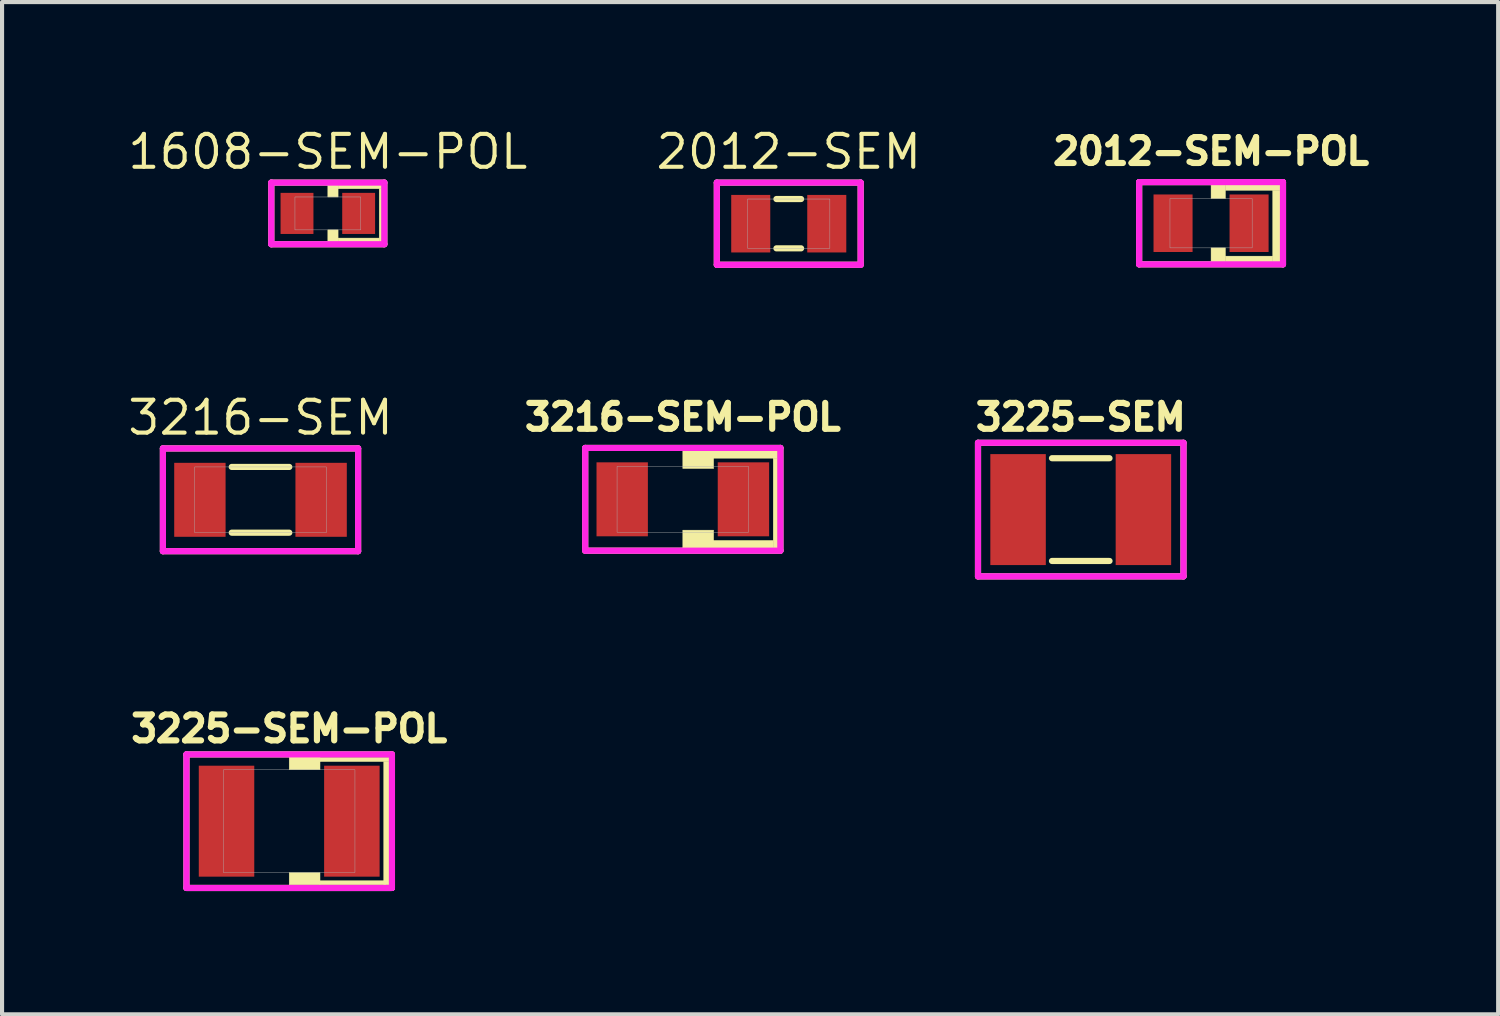
<source format=kicad_pcb>
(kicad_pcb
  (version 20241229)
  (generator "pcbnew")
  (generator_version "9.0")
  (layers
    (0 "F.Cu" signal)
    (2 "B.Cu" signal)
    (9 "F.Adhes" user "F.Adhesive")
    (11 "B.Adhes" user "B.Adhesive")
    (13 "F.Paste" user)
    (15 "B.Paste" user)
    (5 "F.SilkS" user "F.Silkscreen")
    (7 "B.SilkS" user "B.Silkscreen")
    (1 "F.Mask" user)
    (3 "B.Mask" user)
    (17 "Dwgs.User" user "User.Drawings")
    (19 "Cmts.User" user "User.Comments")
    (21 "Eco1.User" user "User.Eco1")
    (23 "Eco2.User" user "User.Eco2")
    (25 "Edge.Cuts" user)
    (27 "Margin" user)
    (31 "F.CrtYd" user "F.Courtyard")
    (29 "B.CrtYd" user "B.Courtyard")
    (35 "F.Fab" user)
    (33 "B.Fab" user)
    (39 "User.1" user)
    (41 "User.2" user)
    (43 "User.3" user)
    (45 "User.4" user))
  (footprint "3225-SEM"
    (layer "F.Cu")
    (at 23.248 9.35)
    (property "Reference" "3225-SEM" (at 0 -2.25 0) (layer "F.SilkS") (effects (font (size 0.63 0.63) (thickness 0.15))))
    (attr smd)
    (fp_line (start -2.5 -1.625) (end -2.5 1.625) (stroke (width 0.15) (type solid)) (layer "F.SilkS"))
    (fp_line (start -2.5 1.625) (end 2.5 1.625) (stroke (width 0.15) (type solid)) (layer "F.SilkS"))
    (fp_line (start -0.7 -1.25) (end 0.7 -1.25) (stroke (width 0.15) (type solid)) (layer "F.SilkS"))
    (fp_line (start -0.7 1.25) (end 0.7 1.25) (stroke (width 0.15) (type solid)) (layer "F.SilkS"))
    (fp_line (start 2.5 -1.625) (end -2.5 -1.625) (stroke (width 0.15) (type solid)) (layer "F.SilkS"))
    (fp_line (start 2.5 1.625) (end 2.5 -1.625) (stroke (width 0.15) (type solid)) (layer "F.SilkS"))
    (fp_line (start -2.5 -1.625) (end -2.5 1.625) (stroke (width 0.15) (type solid)) (layer "F.CrtYd"))
    (fp_line (start -2.5 1.625) (end 2.5 1.625) (stroke (width 0.15) (type solid)) (layer "F.CrtYd"))
    (fp_line (start 2.5 -1.625) (end -2.5 -1.625) (stroke (width 0.15) (type solid)) (layer "F.CrtYd"))
    (fp_line (start 2.5 1.625) (end 2.5 -1.625) (stroke (width 0.15) (type solid)) (layer "F.CrtYd"))
    (pad "1" smd rect (at -1.525 0) (size 1.35 2.7) (layers "F.Cu" "F.Mask" "F.Paste"))
    (pad "2" smd rect (at 1.525 0) (size 1.35 2.7) (layers "F.Cu" "F.Mask" "F.Paste")))
  (footprint "2012-SEM-POL"
    (layer "F.Cu")
    (at 26.419 2.382)
    (property "Reference" "2012-SEM-POL" (at 0 -1.75 0) (layer "F.SilkS") (effects (font (size 0.63 0.63) (thickness 0.15))))
    (attr smd)
    (fp_line (start -1.75 -1) (end -1.75 1) (stroke (width 0.15) (type solid)) (layer "F.SilkS"))
    (fp_line (start -1.75 1) (end 1.75 1) (stroke (width 0.15) (type solid)) (layer "F.SilkS"))
    (fp_line (start 1.75 -1) (end -1.75 -1) (stroke (width 0.15) (type solid)) (layer "F.SilkS"))
    (fp_line (start 1.75 1) (end 1.75 -1) (stroke (width 0.15) (type solid)) (layer "F.SilkS"))
    (fp_poly (pts (xy 0 -0.95) (xy 0.35 -0.95) (xy 0.35 -0.6) (xy 0 -0.6)) (stroke (width 0.01) (type solid)) (fill yes) (layer "F.SilkS"))
    (fp_poly (pts (xy 0 0.6) (xy 0.35 0.6) (xy 0.35 0.95) (xy 0 0.95)) (stroke (width 0.01) (type solid)) (fill yes) (layer "F.SilkS"))
    (fp_poly (pts (xy 0.35 -0.95) (xy 1.7 -0.95) (xy 1.7 -0.8) (xy 0.35 -0.8)) (stroke (width 0.01) (type solid)) (fill yes) (layer "F.SilkS"))
    (fp_poly (pts (xy 0.35 0.8) (xy 1.5 0.8) (xy 1.5 0.95) (xy 0.35 0.95)) (stroke (width 0.01) (type solid)) (fill yes) (layer "F.SilkS"))
    (fp_poly (pts (xy 1.5 -0.8) (xy 1.7 -0.8) (xy 1.7 0.95) (xy 1.5 0.95)) (stroke (width 0.01) (type solid)) (fill yes) (layer "F.SilkS"))
    (fp_line (start -1.75 -1) (end -1.75 1) (stroke (width 0.15) (type solid)) (layer "F.CrtYd"))
    (fp_line (start -1.75 1) (end 1.75 1) (stroke (width 0.15) (type solid)) (layer "F.CrtYd"))
    (fp_line (start 1.75 -1) (end -1.75 -1) (stroke (width 0.15) (type solid)) (layer "F.CrtYd"))
    (fp_line (start 1.75 1) (end 1.75 -1) (stroke (width 0.15) (type solid)) (layer "F.CrtYd"))
    (fp_poly (pts (xy -1 -0.6) (xy 1 -0.6) (xy 1 0.6) (xy -1 0.6)) (stroke (width 0.01) (type solid)) (fill no) (layer "F.Fab"))
    (pad "1" smd rect (at -0.925 0) (size 0.95 1.4) (layers "F.Cu" "F.Mask" "F.Paste"))
    (pad "2" smd rect (at 0.925 0) (size 0.95 1.4) (layers "F.Cu" "F.Mask" "F.Paste")))
  (footprint "2012-SEM"
    (layer "F.Cu")
    (at 16.143 2.393)
    (property "Reference" "2012-SEM" (at 0 -1.75 0) (layer "F.SilkS") (effects (font (size 0.8 0.8) (thickness 0.1))))
    (attr smd)
    (fp_line (start -1.75 -1) (end -1.75 1) (stroke (width 0.15) (type solid)) (layer "F.SilkS"))
    (fp_line (start -1.75 1) (end 1.75 1) (stroke (width 0.15) (type solid)) (layer "F.SilkS"))
    (fp_line (start -0.3 -0.6) (end 0.3 -0.6) (stroke (width 0.15) (type solid)) (layer "F.SilkS"))
    (fp_line (start -0.3 0.6) (end 0.3 0.6) (stroke (width 0.15) (type solid)) (layer "F.SilkS"))
    (fp_line (start 1.75 -1) (end -1.75 -1) (stroke (width 0.15) (type solid)) (layer "F.SilkS"))
    (fp_line (start 1.75 1) (end 1.75 -1) (stroke (width 0.15) (type solid)) (layer "F.SilkS"))
    (fp_line (start -1.75 -1) (end -1.75 1) (stroke (width 0.15) (type solid)) (layer "F.CrtYd"))
    (fp_line (start -1.75 1) (end 1.75 1) (stroke (width 0.15) (type solid)) (layer "F.CrtYd"))
    (fp_line (start 1.75 -1) (end -1.75 -1) (stroke (width 0.15) (type solid)) (layer "F.CrtYd"))
    (fp_line (start 1.75 1) (end 1.75 -1) (stroke (width 0.15) (type solid)) (layer "F.CrtYd"))
    (fp_poly (pts (xy -1 -0.6) (xy 1 -0.6) (xy 1 0.6) (xy -1 0.6)) (stroke (width 0.01) (type solid)) (fill no) (layer "F.Fab"))
    (pad "1" smd rect (at -0.925 0) (size 0.95 1.4) (layers "F.Cu" "F.Mask" "F.Paste"))
    (pad "2" smd rect (at 0.925 0) (size 0.95 1.4) (layers "F.Cu" "F.Mask" "F.Paste")))
  (footprint "3216-SEM-POL"
    (layer "F.Cu")
    (at 13.565 9.1)
    (property "Reference" "3216-SEM-POL" (at 0 -2 0) (layer "F.SilkS") (effects (font (size 0.63 0.63) (thickness 0.15))))
    (attr smd)
    (fp_line (start -2.375 -1.25) (end -2.375 1.25) (stroke (width 0.15) (type solid)) (layer "F.SilkS"))
    (fp_line (start -2.375 1.25) (end 2.375 1.25) (stroke (width 0.15) (type solid)) (layer "F.SilkS"))
    (fp_line (start 2.375 -1.25) (end -2.375 -1.25) (stroke (width 0.15) (type solid)) (layer "F.SilkS"))
    (fp_line (start 2.375 1.25) (end 2.375 -1.25) (stroke (width 0.15) (type solid)) (layer "F.SilkS"))
    (fp_poly (pts (xy 0 -1.25) (xy 0.75 -1.25) (xy 0.75 -0.75) (xy 0 -0.75)) (stroke (width 0.01) (type solid)) (fill yes) (layer "F.SilkS"))
    (fp_poly (pts (xy 0 0.75) (xy 0.75 0.75) (xy 0.75 1.25) (xy 0 1.25)) (stroke (width 0.01) (type solid)) (fill yes) (layer "F.SilkS"))
    (fp_poly (pts (xy 0.7 -1.2) (xy 2.3 -1.2) (xy 2.3 -1) (xy 0.7 -1)) (stroke (width 0.01) (type solid)) (fill yes) (layer "F.SilkS"))
    (fp_poly (pts (xy 0.7 1) (xy 2.2 1) (xy 2.2 1.2) (xy 0.7 1.2)) (stroke (width 0.01) (type solid)) (fill yes) (layer "F.SilkS"))
    (fp_poly (pts (xy 2.2 -1) (xy 2.3 -1) (xy 2.3 1.2) (xy 2.2 1.2)) (stroke (width 0.01) (type solid)) (fill yes) (layer "F.SilkS"))
    (fp_line (start -2.375 -1.25) (end -2.375 1.25) (stroke (width 0.15) (type solid)) (layer "F.CrtYd"))
    (fp_line (start -2.375 1.25) (end 2.375 1.25) (stroke (width 0.15) (type solid)) (layer "F.CrtYd"))
    (fp_line (start 2.375 -1.25) (end -2.375 -1.25) (stroke (width 0.15) (type solid)) (layer "F.CrtYd"))
    (fp_line (start 2.375 1.25) (end 2.375 -1.25) (stroke (width 0.15) (type solid)) (layer "F.CrtYd"))
    (fp_poly (pts (xy -1.6 -0.8) (xy 1.6 -0.8) (xy 1.6 0.8) (xy -1.6 0.8)) (stroke (width 0.01) (type solid)) (fill no) (layer "F.Fab"))
    (pad "1" smd rect (at -1.475 0) (size 1.25 1.8) (layers "F.Cu" "F.Mask" "F.Paste"))
    (pad "2" smd rect (at 1.475 0) (size 1.25 1.8) (layers "F.Cu" "F.Mask" "F.Paste")))
  (footprint "3225-SEM-POL"
    (layer "F.Cu")
    (at 3.987 16.932)
    (property "Reference" "3225-SEM-POL" (at 0 -2.25 0) (layer "F.SilkS") (effects (font (size 0.63 0.63) (thickness 0.15))))
    (attr smd)
    (fp_line (start -2.5 -1.625) (end -2.5 1.625) (stroke (width 0.15) (type solid)) (layer "F.SilkS"))
    (fp_line (start -2.5 1.625) (end 2.5 1.625) (stroke (width 0.15) (type solid)) (layer "F.SilkS"))
    (fp_line (start 2.5 -1.625) (end -2.5 -1.625) (stroke (width 0.15) (type solid)) (layer "F.SilkS"))
    (fp_line (start 2.5 1.625) (end 2.5 -1.625) (stroke (width 0.15) (type solid)) (layer "F.SilkS"))
    (fp_poly (pts (xy 0 -1.6) (xy 0.75 -1.6) (xy 0.75 -1.25) (xy 0 -1.25)) (stroke (width 0.01) (type solid)) (fill yes) (layer "F.SilkS"))
    (fp_poly (pts (xy 0 1.25) (xy 0.75 1.25) (xy 0.75 1.55) (xy 0 1.55)) (stroke (width 0.01) (type solid)) (fill yes) (layer "F.SilkS"))
    (fp_poly (pts (xy 0.75 -1.55) (xy 2.45 -1.55) (xy 2.45 -1.45) (xy 0.75 -1.45)) (stroke (width 0.01) (type solid)) (fill yes) (layer "F.SilkS"))
    (fp_poly (pts (xy 0.75 1.45) (xy 2.35 1.45) (xy 2.35 1.55) (xy 0.75 1.55)) (stroke (width 0.01) (type solid)) (fill yes) (layer "F.SilkS"))
    (fp_poly (pts (xy 2.3 -1.45) (xy 2.45 -1.45) (xy 2.45 1.55) (xy 2.3 1.55)) (stroke (width 0.01) (type solid)) (fill yes) (layer "F.SilkS"))
    (fp_line (start -2.5 -1.625) (end -2.5 1.625) (stroke (width 0.15) (type solid)) (layer "F.CrtYd"))
    (fp_line (start -2.5 1.625) (end 2.5 1.625) (stroke (width 0.15) (type solid)) (layer "F.CrtYd"))
    (fp_line (start 2.5 -1.625) (end -2.5 -1.625) (stroke (width 0.15) (type solid)) (layer "F.CrtYd"))
    (fp_line (start 2.5 1.625) (end 2.5 -1.625) (stroke (width 0.15) (type solid)) (layer "F.CrtYd"))
    (fp_rect (start -1.6 -1.25) (end 1.6 1.25) (stroke (width 0.01) (type solid)) (fill no) (layer "F.Fab"))
    (pad "1" smd rect (at -1.525 0) (size 1.35 2.7) (layers "F.Cu" "F.Mask" "F.Paste"))
    (pad "2" smd rect (at 1.525 0) (size 1.35 2.7) (layers "F.Cu" "F.Mask" "F.Paste")))
  (footprint "3216-SEM"
    (layer "F.Cu")
    (at 3.289 9.112)
    (property "Reference" "3216-SEM" (at 0 -2 0) (layer "F.SilkS") (effects (font (size 0.8 0.8) (thickness 0.1))))
    (attr smd)
    (fp_line (start -2.375 -1.25) (end -2.375 1.25) (stroke (width 0.15) (type solid)) (layer "F.SilkS"))
    (fp_line (start -2.375 1.25) (end 2.375 1.25) (stroke (width 0.15) (type solid)) (layer "F.SilkS"))
    (fp_line (start -0.7 -0.8) (end 0.7 -0.8) (stroke (width 0.15) (type solid)) (layer "F.SilkS"))
    (fp_line (start -0.7 0.8) (end 0.7 0.8) (stroke (width 0.15) (type solid)) (layer "F.SilkS"))
    (fp_line (start 2.375 -1.25) (end -2.375 -1.25) (stroke (width 0.15) (type solid)) (layer "F.SilkS"))
    (fp_line (start 2.375 1.25) (end 2.375 -1.25) (stroke (width 0.15) (type solid)) (layer "F.SilkS"))
    (fp_line (start -2.375 -1.25) (end -2.375 1.25) (stroke (width 0.15) (type solid)) (layer "F.CrtYd"))
    (fp_line (start -2.375 1.25) (end 2.375 1.25) (stroke (width 0.15) (type solid)) (layer "F.CrtYd"))
    (fp_line (start 2.375 -1.25) (end -2.375 -1.25) (stroke (width 0.15) (type solid)) (layer "F.CrtYd"))
    (fp_line (start 2.375 1.25) (end 2.375 -1.25) (stroke (width 0.15) (type solid)) (layer "F.CrtYd"))
    (fp_poly (pts (xy -1.6 -0.8) (xy 1.6 -0.8) (xy 1.6 0.8) (xy -1.6 0.8)) (stroke (width 0.01) (type solid)) (fill no) (layer "F.Fab"))
    (pad "1" smd rect (at -1.475 0) (size 1.25 1.8) (layers "F.Cu" "F.Mask" "F.Paste"))
    (pad "2" smd rect (at 1.475 0) (size 1.25 1.8) (layers "F.Cu" "F.Mask" "F.Paste")))
  (footprint "1608-SEM-POL"
    (layer "F.Cu")
    (at 4.927 2.143)
    (property "Reference" "1608-SEM-POL" (at 0 -1.5 0) (layer "F.SilkS") (effects (font (size 0.8 0.8) (thickness 0.1))))
    (attr smd)
    (fp_line (start -1.375 -0.75) (end -1.375 0.75) (stroke (width 0.15) (type solid)) (layer "F.SilkS"))
    (fp_line (start -1.375 0.75) (end 1.375 0.75) (stroke (width 0.15) (type solid)) (layer "F.SilkS"))
    (fp_line (start 1.375 -0.75) (end -1.375 -0.75) (stroke (width 0.15) (type solid)) (layer "F.SilkS"))
    (fp_line (start 1.375 0.75) (end 1.375 -0.75) (stroke (width 0.15) (type solid)) (layer "F.SilkS"))
    (fp_poly (pts (xy 0 -0.7) (xy 0.25 -0.7) (xy 0.25 -0.4) (xy 0 -0.4)) (stroke (width 0.01) (type solid)) (fill yes) (layer "F.SilkS"))
    (fp_poly (pts (xy 0 0.4) (xy 0.25 0.4) (xy 0.25 0.7) (xy 0 0.7)) (stroke (width 0.01) (type solid)) (fill yes) (layer "F.SilkS"))
    (fp_poly (pts (xy 0.25 -0.7) (xy 1.3 -0.7) (xy 1.3 -0.6) (xy 0.25 -0.6)) (stroke (width 0.01) (type solid)) (fill yes) (layer "F.SilkS"))
    (fp_poly (pts (xy 0.25 0.6) (xy 1.25 0.6) (xy 1.25 0.7) (xy 0.25 0.7)) (stroke (width 0.01) (type solid)) (fill yes) (layer "F.SilkS"))
    (fp_poly (pts (xy 1.25 -0.6) (xy 1.3 -0.6) (xy 1.3 0.7) (xy 1.25 0.7)) (stroke (width 0.01) (type solid)) (fill yes) (layer "F.SilkS"))
    (fp_line (start -1.375 -0.75) (end -1.375 0.75) (stroke (width 0.15) (type solid)) (layer "F.CrtYd"))
    (fp_line (start -1.375 0.75) (end 1.375 0.75) (stroke (width 0.15) (type solid)) (layer "F.CrtYd"))
    (fp_line (start 1.375 -0.75) (end -1.375 -0.75) (stroke (width 0.15) (type solid)) (layer "F.CrtYd"))
    (fp_line (start 1.375 0.75) (end 1.375 -0.75) (stroke (width 0.15) (type solid)) (layer "F.CrtYd"))
    (fp_poly (pts (xy -0.8 -0.4) (xy 0.8 -0.4) (xy 0.8 0.4) (xy -0.8 0.4)) (stroke (width 0.01) (type solid)) (fill no) (layer "F.Fab"))
    (pad "1" smd rect (at -0.75 0) (size 0.8 1) (layers "F.Cu" "F.Mask" "F.Paste"))
    (pad "2" smd rect (at 0.75 0) (size 0.8 1) (layers "F.Cu" "F.Mask" "F.Paste")))
  (gr_rect
    (start -3 -3)
    (end 33.405 21.632)
    (stroke (width 0.1) (type default))
    (fill no)
    (layer "Edge.Cuts")))
</source>
